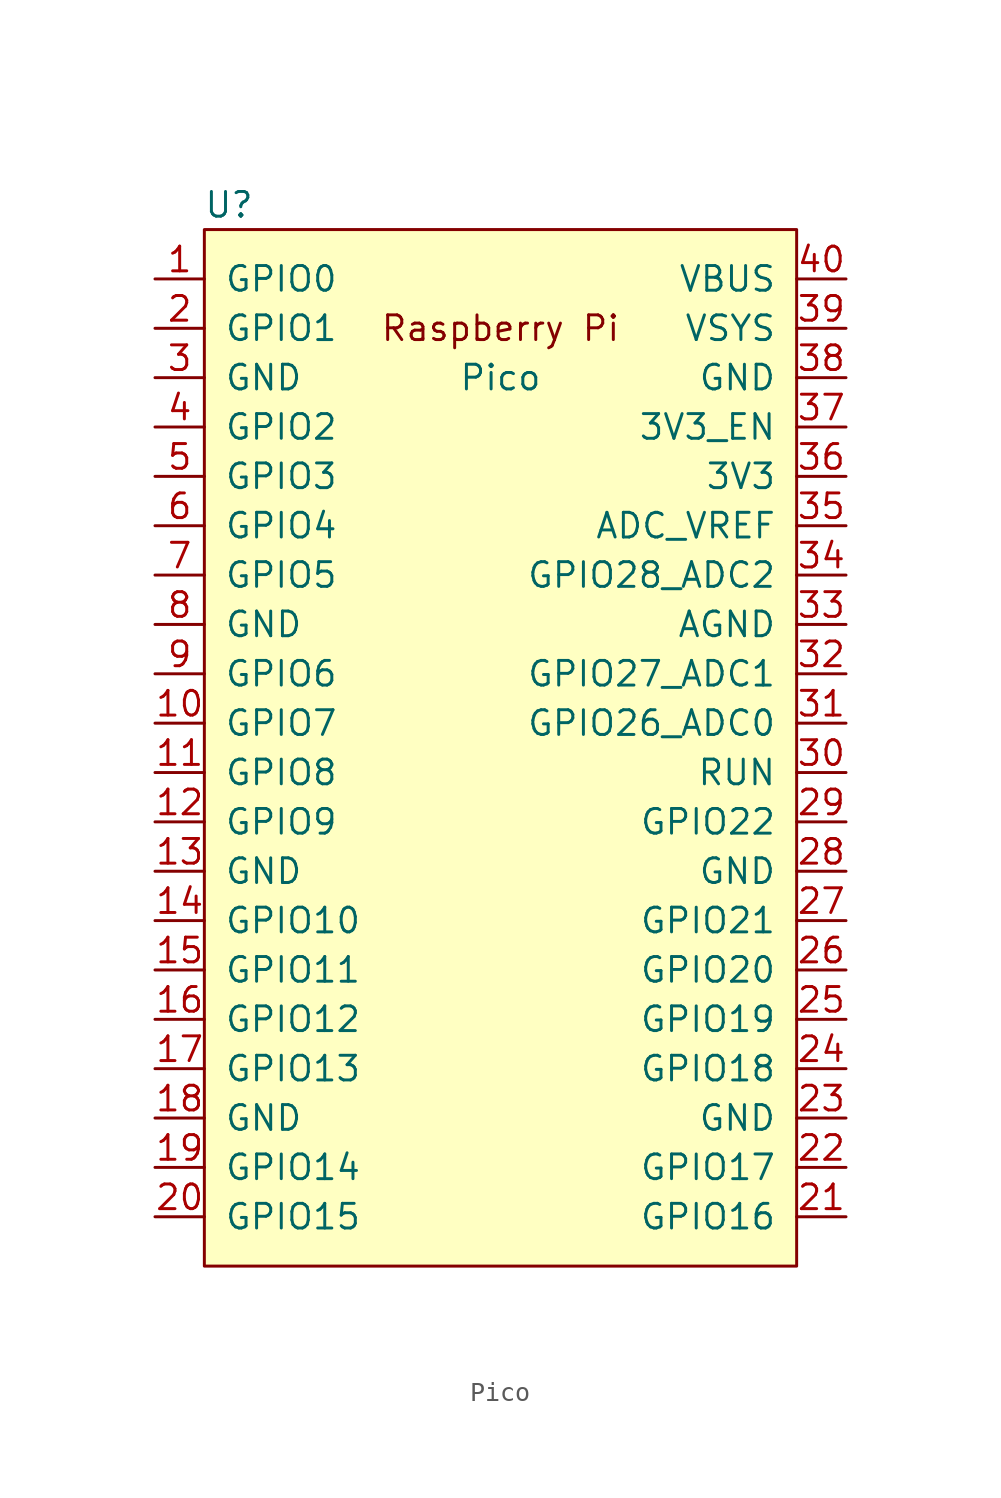
<source format=kicad_sym>
(kicad_symbol_lib
  (version 20231120)
  (generator "kicad_symbol_editor")
  (generator_version "8.0")
  (symbol "Pico"
    (pin_names
      (offset 1.016))
    (property "Reference" "U"
      (at -13.97 27.94 0)
      (effects (font (size 1.27 1.27))))
    (property "Value" "Pico"
      (at 0 19.05 0)
      (effects (font (size 1.27 1.27))))
    (symbol "Pico_0_0"
      (text "Raspberry Pi" (at 0 21.59 0) (effects (font (size 1.27 1.27)))))
    (symbol "Pico_0_1"
      (rectangle (start -15.24 26.67) (end 15.24 -26.67) (stroke (width 0) (type solid)) (fill (type background))))
    (symbol "Pico_1_1"
      (pin bidirectional line (at -17.78 24.13 0) (length 2.54) (name "GPIO0" (effects (font (size 1.27 1.27)))) (number "1" (effects (font (size 1.27 1.27)))))
      (pin bidirectional line (at -17.78 1.27 0) (length 2.54) (name "GPIO7" (effects (font (size 1.27 1.27)))) (number "10" (effects (font (size 1.27 1.27)))))
      (pin bidirectional line (at -17.78 -1.27 0) (length 2.54) (name "GPIO8" (effects (font (size 1.27 1.27)))) (number "11" (effects (font (size 1.27 1.27)))))
      (pin bidirectional line (at -17.78 -3.81 0) (length 2.54) (name "GPIO9" (effects (font (size 1.27 1.27)))) (number "12" (effects (font (size 1.27 1.27)))))
      (pin power_in line (at -17.78 -6.35 0) (length 2.54) (name "GND" (effects (font (size 1.27 1.27)))) (number "13" (effects (font (size 1.27 1.27)))))
      (pin bidirectional line (at -17.78 -8.89 0) (length 2.54) (name "GPIO10" (effects (font (size 1.27 1.27)))) (number "14" (effects (font (size 1.27 1.27)))))
      (pin bidirectional line (at -17.78 -11.43 0) (length 2.54) (name "GPIO11" (effects (font (size 1.27 1.27)))) (number "15" (effects (font (size 1.27 1.27)))))
      (pin bidirectional line (at -17.78 -13.97 0) (length 2.54) (name "GPIO12" (effects (font (size 1.27 1.27)))) (number "16" (effects (font (size 1.27 1.27)))))
      (pin bidirectional line (at -17.78 -16.51 0) (length 2.54) (name "GPIO13" (effects (font (size 1.27 1.27)))) (number "17" (effects (font (size 1.27 1.27)))))
      (pin power_in line (at -17.78 -19.05 0) (length 2.54) (name "GND" (effects (font (size 1.27 1.27)))) (number "18" (effects (font (size 1.27 1.27)))))
      (pin bidirectional line (at -17.78 -21.59 0) (length 2.54) (name "GPIO14" (effects (font (size 1.27 1.27)))) (number "19" (effects (font (size 1.27 1.27)))))
      (pin bidirectional line (at -17.78 21.59 0) (length 2.54) (name "GPIO1" (effects (font (size 1.27 1.27)))) (number "2" (effects (font (size 1.27 1.27)))))
      (pin bidirectional line (at -17.78 -24.13 0) (length 2.54) (name "GPIO15" (effects (font (size 1.27 1.27)))) (number "20" (effects (font (size 1.27 1.27)))))
      (pin bidirectional line (at 17.78 -24.13 180) (length 2.54) (name "GPIO16" (effects (font (size 1.27 1.27)))) (number "21" (effects (font (size 1.27 1.27)))))
      (pin bidirectional line (at 17.78 -21.59 180) (length 2.54) (name "GPIO17" (effects (font (size 1.27 1.27)))) (number "22" (effects (font (size 1.27 1.27)))))
      (pin power_in line (at 17.78 -19.05 180) (length 2.54) (name "GND" (effects (font (size 1.27 1.27)))) (number "23" (effects (font (size 1.27 1.27)))))
      (pin bidirectional line (at 17.78 -16.51 180) (length 2.54) (name "GPIO18" (effects (font (size 1.27 1.27)))) (number "24" (effects (font (size 1.27 1.27)))))
      (pin bidirectional line (at 17.78 -13.97 180) (length 2.54) (name "GPIO19" (effects (font (size 1.27 1.27)))) (number "25" (effects (font (size 1.27 1.27)))))
      (pin bidirectional line (at 17.78 -11.43 180) (length 2.54) (name "GPIO20" (effects (font (size 1.27 1.27)))) (number "26" (effects (font (size 1.27 1.27)))))
      (pin bidirectional line (at 17.78 -8.89 180) (length 2.54) (name "GPIO21" (effects (font (size 1.27 1.27)))) (number "27" (effects (font (size 1.27 1.27)))))
      (pin power_in line (at 17.78 -6.35 180) (length 2.54) (name "GND" (effects (font (size 1.27 1.27)))) (number "28" (effects (font (size 1.27 1.27)))))
      (pin bidirectional line (at 17.78 -3.81 180) (length 2.54) (name "GPIO22" (effects (font (size 1.27 1.27)))) (number "29" (effects (font (size 1.27 1.27)))))
      (pin power_in line (at -17.78 19.05 0) (length 2.54) (name "GND" (effects (font (size 1.27 1.27)))) (number "3" (effects (font (size 1.27 1.27)))))
      (pin input line (at 17.78 -1.27 180) (length 2.54) (name "RUN" (effects (font (size 1.27 1.27)))) (number "30" (effects (font (size 1.27 1.27)))))
      (pin bidirectional line (at 17.78 1.27 180) (length 2.54) (name "GPIO26_ADC0" (effects (font (size 1.27 1.27)))) (number "31" (effects (font (size 1.27 1.27)))))
      (pin bidirectional line (at 17.78 3.81 180) (length 2.54) (name "GPIO27_ADC1" (effects (font (size 1.27 1.27)))) (number "32" (effects (font (size 1.27 1.27)))))
      (pin power_in line (at 17.78 6.35 180) (length 2.54) (name "AGND" (effects (font (size 1.27 1.27)))) (number "33" (effects (font (size 1.27 1.27)))))
      (pin bidirectional line (at 17.78 8.89 180) (length 2.54) (name "GPIO28_ADC2" (effects (font (size 1.27 1.27)))) (number "34" (effects (font (size 1.27 1.27)))))
      (pin unspecified line (at 17.78 11.43 180) (length 2.54) (name "ADC_VREF" (effects (font (size 1.27 1.27)))) (number "35" (effects (font (size 1.27 1.27)))))
      (pin output line (at 17.78 13.97 180) (length 2.54) (name "3V3" (effects (font (size 1.27 1.27)))) (number "36" (effects (font (size 1.27 1.27)))))
      (pin input line (at 17.78 16.51 180) (length 2.54) (name "3V3_EN" (effects (font (size 1.27 1.27)))) (number "37" (effects (font (size 1.27 1.27)))))
      (pin bidirectional line (at 17.78 19.05 180) (length 2.54) (name "GND" (effects (font (size 1.27 1.27)))) (number "38" (effects (font (size 1.27 1.27)))))
      (pin input line (at 17.78 21.59 180) (length 2.54) (name "VSYS" (effects (font (size 1.27 1.27)))) (number "39" (effects (font (size 1.27 1.27)))))
      (pin bidirectional line (at -17.78 16.51 0) (length 2.54) (name "GPIO2" (effects (font (size 1.27 1.27)))) (number "4" (effects (font (size 1.27 1.27)))))
      (pin output line (at 17.78 24.13 180) (length 2.54) (name "VBUS" (effects (font (size 1.27 1.27)))) (number "40" (effects (font (size 1.27 1.27)))))
      (pin bidirectional line (at -17.78 13.97 0) (length 2.54) (name "GPIO3" (effects (font (size 1.27 1.27)))) (number "5" (effects (font (size 1.27 1.27)))))
      (pin bidirectional line (at -17.78 11.43 0) (length 2.54) (name "GPIO4" (effects (font (size 1.27 1.27)))) (number "6" (effects (font (size 1.27 1.27)))))
      (pin bidirectional line (at -17.78 8.89 0) (length 2.54) (name "GPIO5" (effects (font (size 1.27 1.27)))) (number "7" (effects (font (size 1.27 1.27)))))
      (pin power_in line (at -17.78 6.35 0) (length 2.54) (name "GND" (effects (font (size 1.27 1.27)))) (number "8" (effects (font (size 1.27 1.27)))))
      (pin bidirectional line (at -17.78 3.81 0) (length 2.54) (name "GPIO6" (effects (font (size 1.27 1.27)))) (number "9" (effects (font (size 1.27 1.27))))))))
</source>
